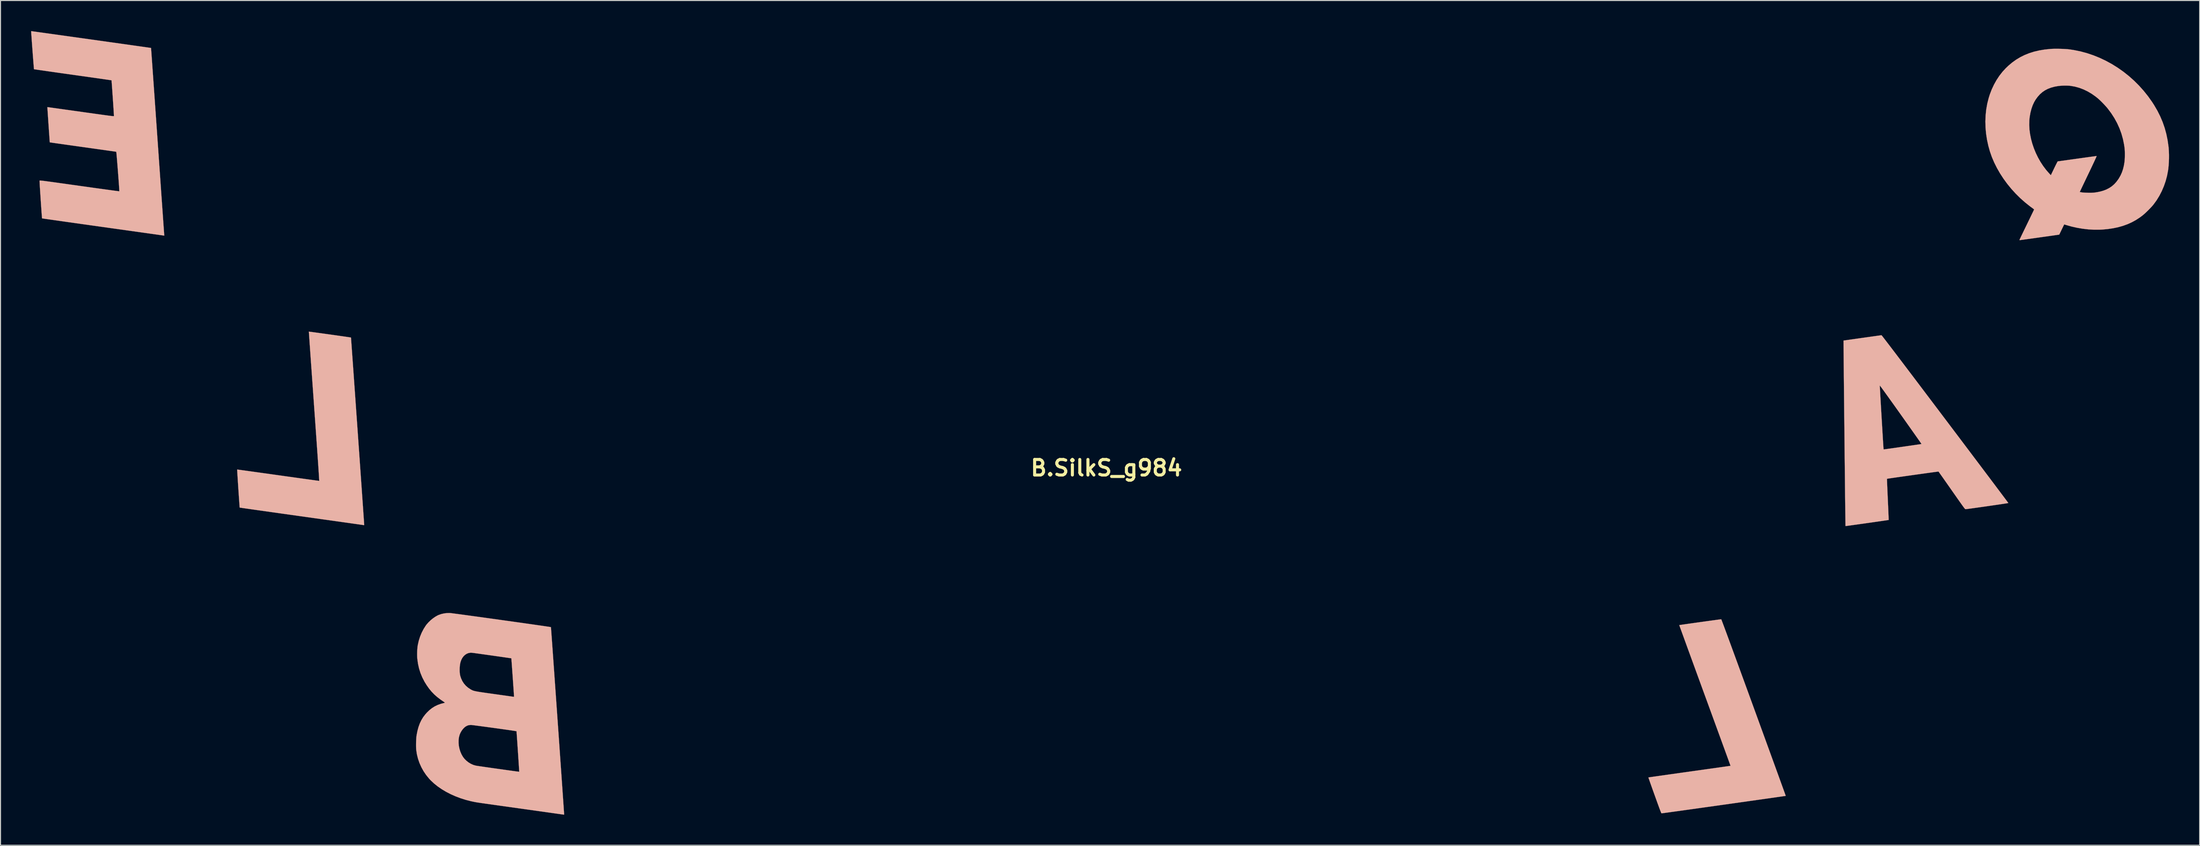
<source format=kicad_pcb>
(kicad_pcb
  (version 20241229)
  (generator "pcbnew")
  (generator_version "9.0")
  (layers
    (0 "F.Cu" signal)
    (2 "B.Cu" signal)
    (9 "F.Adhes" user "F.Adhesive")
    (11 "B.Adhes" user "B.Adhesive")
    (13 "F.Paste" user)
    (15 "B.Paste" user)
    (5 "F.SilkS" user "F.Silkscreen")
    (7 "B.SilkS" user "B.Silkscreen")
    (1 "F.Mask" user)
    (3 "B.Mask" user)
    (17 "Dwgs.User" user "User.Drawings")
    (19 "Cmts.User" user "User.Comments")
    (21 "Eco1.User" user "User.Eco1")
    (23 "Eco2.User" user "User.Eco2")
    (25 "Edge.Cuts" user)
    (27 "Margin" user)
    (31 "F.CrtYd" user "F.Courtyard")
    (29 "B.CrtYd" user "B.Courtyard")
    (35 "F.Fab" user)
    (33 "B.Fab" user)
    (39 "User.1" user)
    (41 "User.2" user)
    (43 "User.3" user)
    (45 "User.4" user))
  (footprint "B.SilkS_g984"
    (layer "F.Cu")
    (at 105.429 42.86)
    (property "Reference" "B.SilkS_g984" (at 0 0 0) (layer "F.SilkS") (effects (font (size 1.524 1.524) (thickness 0.3))))
    (attr through_hole)
    (fp_poly (pts (xy 60.253 14.844) (xy 60.191 14.852) (xy 60.094 14.864) (xy 59.965 14.881) (xy 59.809 14.902) (xy 59.628 14.927) (xy 59.426 14.954) (xy 59.207 14.984) (xy 58.974 15.016) (xy 58.73 15.05) (xy 58.48 15.085) (xy 58.225 15.12) (xy 57.971 15.156) (xy 57.72 15.191) (xy 57.476 15.225) (xy 57.243 15.258) (xy 57.023 15.289) (xy 56.821 15.318) (xy 56.639 15.344) (xy 56.481 15.367) (xy 56.352 15.386) (xy 56.253 15.401) (xy 56.189 15.411) (xy 56.163 15.416) (xy 56.163 15.416) (xy 56.17 15.436) (xy 56.19 15.494) (xy 56.224 15.59) (xy 56.272 15.721) (xy 56.331 15.885) (xy 56.403 16.083) (xy 56.486 16.312) (xy 56.58 16.57) (xy 56.684 16.857) (xy 56.798 17.17) (xy 56.921 17.509) (xy 57.053 17.872) (xy 57.194 18.258) (xy 57.342 18.665) (xy 57.498 19.092) (xy 57.66 19.536) (xy 57.828 19.998) (xy 58.002 20.475) (xy 58.182 20.966) (xy 58.365 21.47) (xy 58.553 21.985) (xy 58.675 22.319) (xy 58.866 22.84) (xy 59.052 23.351) (xy 59.235 23.85) (xy 59.412 24.337) (xy 59.584 24.808) (xy 59.75 25.264) (xy 59.91 25.702) (xy 60.063 26.122) (xy 60.209 26.521) (xy 60.346 26.898) (xy 60.475 27.253) (xy 60.596 27.583) (xy 60.706 27.887) (xy 60.807 28.163) (xy 60.897 28.411) (xy 60.976 28.628) (xy 61.043 28.814) (xy 61.098 28.967) (xy 61.141 29.085) (xy 61.17 29.167) (xy 61.186 29.211) (xy 61.188 29.22) (xy 61.167 29.223) (xy 61.106 29.232) (xy 61.007 29.246) (xy 60.872 29.265) (xy 60.704 29.289) (xy 60.503 29.318) (xy 60.273 29.35) (xy 60.015 29.387) (xy 59.732 29.427) (xy 59.424 29.47) (xy 59.096 29.516) (xy 58.747 29.565) (xy 58.381 29.617) (xy 58 29.671) (xy 57.605 29.726) (xy 57.198 29.783) (xy 57.163 29.788) (xy 56.755 29.845) (xy 56.359 29.901) (xy 55.977 29.955) (xy 55.609 30.007) (xy 55.259 30.056) (xy 54.928 30.103) (xy 54.619 30.147) (xy 54.333 30.187) (xy 54.073 30.224) (xy 53.84 30.257) (xy 53.637 30.286) (xy 53.465 30.311) (xy 53.327 30.331) (xy 53.225 30.346) (xy 53.16 30.356) (xy 53.136 30.36) (xy 53.135 30.36) (xy 53.141 30.381) (xy 53.16 30.438) (xy 53.192 30.53) (xy 53.235 30.653) (xy 53.288 30.805) (xy 53.35 30.981) (xy 53.421 31.181) (xy 53.499 31.4) (xy 53.583 31.637) (xy 53.673 31.887) (xy 53.758 32.123) (xy 53.869 32.432) (xy 53.967 32.704) (xy 54.052 32.94) (xy 54.127 33.144) (xy 54.19 33.317) (xy 54.244 33.462) (xy 54.289 33.58) (xy 54.326 33.676) (xy 54.356 33.75) (xy 54.38 33.804) (xy 54.399 33.843) (xy 54.413 33.867) (xy 54.424 33.879) (xy 54.43 33.881) (xy 54.454 33.878) (xy 54.519 33.87) (xy 54.622 33.856) (xy 54.762 33.837) (xy 54.937 33.813) (xy 55.146 33.785) (xy 55.387 33.751) (xy 55.658 33.714) (xy 55.957 33.672) (xy 56.284 33.627) (xy 56.636 33.578) (xy 57.011 33.525) (xy 57.408 33.47) (xy 57.826 33.411) (xy 58.262 33.35) (xy 58.715 33.286) (xy 59.184 33.221) (xy 59.666 33.153) (xy 60.159 33.083) (xy 60.533 33.031) (xy 61.035 32.96) (xy 61.525 32.891) (xy 62.003 32.823) (xy 62.467 32.758) (xy 62.914 32.694) (xy 63.345 32.634) (xy 63.756 32.575) (xy 64.146 32.52) (xy 64.513 32.468) (xy 64.857 32.419) (xy 65.175 32.374) (xy 65.465 32.333) (xy 65.726 32.295) (xy 65.957 32.262) (xy 66.155 32.234) (xy 66.319 32.21) (xy 66.447 32.192) (xy 66.538 32.178) (xy 66.59 32.17) (xy 66.602 32.168) (xy 66.596 32.148) (xy 66.575 32.089) (xy 66.541 31.993) (xy 66.494 31.861) (xy 66.434 31.695) (xy 66.362 31.495) (xy 66.278 31.263) (xy 66.183 31) (xy 66.077 30.708) (xy 65.961 30.387) (xy 65.835 30.039) (xy 65.699 29.666) (xy 65.555 29.268) (xy 65.402 28.847) (xy 65.241 28.404) (xy 65.073 27.941) (xy 64.897 27.458) (xy 64.715 26.957) (xy 64.527 26.439) (xy 64.333 25.906) (xy 64.134 25.359) (xy 63.93 24.798) (xy 63.722 24.226) (xy 63.51 23.644) (xy 63.459 23.504) (xy 63.185 22.751) (xy 62.922 22.029) (xy 62.67 21.339) (xy 62.43 20.681) (xy 62.202 20.057) (xy 61.986 19.465) (xy 61.782 18.908) (xy 61.591 18.384) (xy 61.411 17.895) (xy 61.245 17.44) (xy 61.091 17.021) (xy 60.95 16.637) (xy 60.822 16.289) (xy 60.707 15.978) (xy 60.605 15.703) (xy 60.517 15.466) (xy 60.442 15.266) (xy 60.381 15.104) (xy 60.334 14.981) (xy 60.301 14.896) (xy 60.282 14.851) (xy 60.277 14.842) (xy 60.253 14.844)) (stroke (width 0.01) (type solid)) (fill yes) (layer "B.SilkS"))
    (fp_poly (pts (xy -78.197 -13.376) (xy -78.196 -13.354) (xy -78.192 -13.292) (xy -78.185 -13.19) (xy -78.176 -13.051) (xy -78.164 -12.876) (xy -78.149 -12.666) (xy -78.133 -12.423) (xy -78.114 -12.149) (xy -78.092 -11.844) (xy -78.069 -11.511) (xy -78.044 -11.151) (xy -78.017 -10.765) (xy -77.988 -10.356) (xy -77.957 -9.924) (xy -77.925 -9.471) (xy -77.892 -8.998) (xy -77.857 -8.508) (xy -77.821 -8.002) (xy -77.784 -7.48) (xy -77.746 -6.945) (xy -77.707 -6.399) (xy -77.683 -6.054) (xy -77.63 -5.308) (xy -77.58 -4.604) (xy -77.533 -3.942) (xy -77.489 -3.321) (xy -77.448 -2.741) (xy -77.411 -2.202) (xy -77.376 -1.703) (xy -77.344 -1.244) (xy -77.315 -0.825) (xy -77.289 -0.444) (xy -77.266 -0.103) (xy -77.246 0.199) (xy -77.229 0.463) (xy -77.214 0.689) (xy -77.203 0.877) (xy -77.194 1.028) (xy -77.188 1.141) (xy -77.184 1.218) (xy -77.184 1.259) (xy -77.185 1.265) (xy -77.208 1.263) (xy -77.27 1.255) (xy -77.371 1.242) (xy -77.508 1.224) (xy -77.678 1.2) (xy -77.88 1.173) (xy -78.111 1.141) (xy -78.37 1.105) (xy -78.655 1.066) (xy -78.963 1.023) (xy -79.293 0.977) (xy -79.642 0.928) (xy -80.008 0.877) (xy -80.39 0.824) (xy -80.785 0.768) (xy -81.192 0.711) (xy -81.214 0.708) (xy -81.621 0.651) (xy -82.016 0.595) (xy -82.398 0.542) (xy -82.765 0.491) (xy -83.114 0.442) (xy -83.444 0.396) (xy -83.752 0.353) (xy -84.037 0.313) (xy -84.297 0.277) (xy -84.529 0.245) (xy -84.731 0.218) (xy -84.901 0.194) (xy -85.038 0.176) (xy -85.14 0.162) (xy -85.203 0.154) (xy -85.227 0.152) (xy -85.227 0.152) (xy -85.227 0.173) (xy -85.224 0.234) (xy -85.219 0.329) (xy -85.212 0.456) (xy -85.202 0.61) (xy -85.191 0.787) (xy -85.179 0.985) (xy -85.165 1.2) (xy -85.15 1.427) (xy -85.135 1.663) (xy -85.119 1.905) (xy -85.103 2.148) (xy -85.087 2.389) (xy -85.071 2.625) (xy -85.055 2.851) (xy -85.041 3.065) (xy -85.027 3.262) (xy -85.015 3.438) (xy -85.004 3.59) (xy -84.994 3.715) (xy -84.987 3.808) (xy -84.982 3.866) (xy -84.98 3.885) (xy -84.958 3.889) (xy -84.896 3.898) (xy -84.796 3.913) (xy -84.659 3.933) (xy -84.486 3.958) (xy -84.28 3.987) (xy -84.042 4.021) (xy -83.773 4.06) (xy -83.476 4.102) (xy -83.152 4.148) (xy -82.802 4.197) (xy -82.429 4.25) (xy -82.034 4.306) (xy -81.618 4.365) (xy -81.184 4.426) (xy -80.732 4.49) (xy -80.266 4.555) (xy -79.785 4.623) (xy -79.293 4.692) (xy -78.939 4.742) (xy -78.438 4.812) (xy -77.948 4.881) (xy -77.47 4.948) (xy -77.006 5.014) (xy -76.557 5.077) (xy -76.126 5.137) (xy -75.714 5.195) (xy -75.322 5.251) (xy -74.952 5.303) (xy -74.607 5.351) (xy -74.287 5.396) (xy -73.994 5.438) (xy -73.731 5.475) (xy -73.498 5.508) (xy -73.298 5.536) (xy -73.131 5.56) (xy -73.001 5.578) (xy -72.908 5.592) (xy -72.853 5.599) (xy -72.84 5.601) (xy -72.792 5.606) (xy -72.774 5.593) (xy -72.772 5.574) (xy -72.773 5.546) (xy -72.778 5.477) (xy -72.785 5.369) (xy -72.795 5.224) (xy -72.807 5.044) (xy -72.822 4.83) (xy -72.839 4.585) (xy -72.858 4.309) (xy -72.879 4.004) (xy -72.902 3.672) (xy -72.927 3.315) (xy -72.954 2.934) (xy -72.982 2.531) (xy -73.011 2.108) (xy -73.042 1.666) (xy -73.075 1.207) (xy -73.108 0.732) (xy -73.142 0.243) (xy -73.177 -0.257) (xy -73.213 -0.769) (xy -73.25 -1.289) (xy -73.287 -1.816) (xy -73.325 -2.349) (xy -73.362 -2.885) (xy -73.4 -3.424) (xy -73.438 -3.963) (xy -73.476 -4.502) (xy -73.514 -5.037) (xy -73.552 -5.569) (xy -73.589 -6.094) (xy -73.625 -6.611) (xy -73.661 -7.119) (xy -73.696 -7.616) (xy -73.731 -8.101) (xy -73.764 -8.571) (xy -73.796 -9.025) (xy -73.827 -9.462) (xy -73.857 -9.879) (xy -73.885 -10.275) (xy -73.912 -10.649) (xy -73.937 -10.999) (xy -73.96 -11.322) (xy -73.981 -11.618) (xy -74 -11.885) (xy -74.017 -12.121) (xy -74.032 -12.324) (xy -74.044 -12.494) (xy -74.054 -12.627) (xy -74.061 -12.723) (xy -74.065 -12.78) (xy -74.067 -12.797) (xy -74.089 -12.801) (xy -74.15 -12.811) (xy -74.245 -12.825) (xy -74.372 -12.844) (xy -74.527 -12.867) (xy -74.706 -12.893) (xy -74.907 -12.922) (xy -75.125 -12.953) (xy -75.358 -12.986) (xy -75.601 -13.021) (xy -75.851 -13.056) (xy -76.106 -13.092) (xy -76.36 -13.127) (xy -76.612 -13.162) (xy -76.857 -13.196) (xy -77.092 -13.229) (xy -77.313 -13.259) (xy -77.518 -13.287) (xy -77.702 -13.312) (xy -77.862 -13.334) (xy -77.995 -13.352) (xy -78.097 -13.365) (xy -78.165 -13.373) (xy -78.195 -13.376) (xy -78.197 -13.376)) (stroke (width 0.01) (type solid)) (fill yes) (layer "B.SilkS"))
    (fp_poly (pts (xy 92.878 -41.123) (xy 92.675 -41.116) (xy 92.526 -41.107) (xy 91.97 -41.047) (xy 91.443 -40.959) (xy 90.944 -40.841) (xy 90.471 -40.692) (xy 90.022 -40.511) (xy 89.595 -40.299) (xy 89.188 -40.053) (xy 88.799 -39.774) (xy 88.426 -39.459) (xy 88.169 -39.213) (xy 87.843 -38.856) (xy 87.54 -38.466) (xy 87.264 -38.047) (xy 87.016 -37.601) (xy 86.797 -37.132) (xy 86.609 -36.643) (xy 86.499 -36.292) (xy 86.36 -35.74) (xy 86.26 -35.173) (xy 86.199 -34.594) (xy 86.175 -34.005) (xy 86.19 -33.41) (xy 86.243 -32.811) (xy 86.334 -32.211) (xy 86.463 -31.614) (xy 86.617 -31.062) (xy 86.807 -30.516) (xy 87.038 -29.972) (xy 87.307 -29.433) (xy 87.611 -28.902) (xy 87.949 -28.382) (xy 88.318 -27.877) (xy 88.717 -27.388) (xy 89.143 -26.919) (xy 89.594 -26.472) (xy 90.068 -26.052) (xy 90.562 -25.659) (xy 90.726 -25.54) (xy 90.81 -25.478) (xy 90.88 -25.425) (xy 90.929 -25.385) (xy 90.952 -25.363) (xy 90.953 -25.362) (xy 90.944 -25.341) (xy 90.918 -25.285) (xy 90.876 -25.196) (xy 90.82 -25.079) (xy 90.75 -24.935) (xy 90.67 -24.768) (xy 90.579 -24.58) (xy 90.48 -24.375) (xy 90.373 -24.155) (xy 90.261 -23.923) (xy 90.233 -23.866) (xy 90.12 -23.632) (xy 90.011 -23.409) (xy 89.91 -23.2) (xy 89.817 -23.007) (xy 89.734 -22.835) (xy 89.662 -22.685) (xy 89.603 -22.56) (xy 89.558 -22.465) (xy 89.528 -22.4) (xy 89.514 -22.371) (xy 89.514 -22.369) (xy 89.532 -22.357) (xy 89.572 -22.354) (xy 89.601 -22.358) (xy 89.669 -22.366) (xy 89.773 -22.38) (xy 89.909 -22.399) (xy 90.076 -22.422) (xy 90.268 -22.448) (xy 90.484 -22.478) (xy 90.721 -22.511) (xy 90.975 -22.547) (xy 91.243 -22.585) (xy 91.522 -22.624) (xy 91.523 -22.624) (xy 93.417 -22.892) (xy 93.657 -23.389) (xy 93.722 -23.522) (xy 93.78 -23.643) (xy 93.83 -23.745) (xy 93.869 -23.823) (xy 93.894 -23.874) (xy 93.903 -23.89) (xy 93.924 -23.887) (xy 93.975 -23.873) (xy 94.048 -23.851) (xy 94.076 -23.842) (xy 94.606 -23.69) (xy 95.151 -23.567) (xy 95.704 -23.472) (xy 96.257 -23.408) (xy 96.803 -23.375) (xy 97.334 -23.374) (xy 97.61 -23.387) (xy 98.171 -23.438) (xy 98.7 -23.516) (xy 99.201 -23.622) (xy 99.675 -23.757) (xy 100.124 -23.92) (xy 100.551 -24.114) (xy 100.957 -24.339) (xy 101.346 -24.595) (xy 101.6 -24.787) (xy 101.725 -24.892) (xy 101.868 -25.02) (xy 102.021 -25.166) (xy 102.178 -25.32) (xy 102.33 -25.476) (xy 102.47 -25.625) (xy 102.59 -25.761) (xy 102.659 -25.845) (xy 102.96 -26.257) (xy 103.23 -26.697) (xy 103.47 -27.162) (xy 103.677 -27.646) (xy 103.85 -28.146) (xy 103.987 -28.658) (xy 104.086 -29.178) (xy 104.107 -29.326) (xy 104.141 -29.652) (xy 104.165 -30.002) (xy 104.177 -30.365) (xy 104.178 -30.728) (xy 104.173 -30.866) (xy 99.85 -30.866) (xy 99.85 -30.662) (xy 99.846 -30.459) (xy 99.837 -30.27) (xy 99.825 -30.105) (xy 99.814 -30.014) (xy 99.752 -29.644) (xy 99.668 -29.306) (xy 99.561 -28.992) (xy 99.429 -28.699) (xy 99.269 -28.418) (xy 99.212 -28.331) (xy 99.015 -28.064) (xy 98.805 -27.834) (xy 98.578 -27.637) (xy 98.327 -27.469) (xy 98.048 -27.324) (xy 97.998 -27.302) (xy 97.743 -27.206) (xy 97.457 -27.124) (xy 97.15 -27.059) (xy 96.834 -27.013) (xy 96.795 -27.009) (xy 96.684 -27.001) (xy 96.544 -26.997) (xy 96.383 -26.997) (xy 96.214 -26.999) (xy 96.044 -27.004) (xy 95.885 -27.012) (xy 95.747 -27.023) (xy 95.639 -27.035) (xy 95.623 -27.038) (xy 95.54 -27.053) (xy 95.474 -27.065) (xy 95.436 -27.074) (xy 95.431 -27.076) (xy 95.439 -27.096) (xy 95.464 -27.151) (xy 95.505 -27.239) (xy 95.561 -27.357) (xy 95.629 -27.502) (xy 95.71 -27.673) (xy 95.802 -27.865) (xy 95.903 -28.077) (xy 96.012 -28.305) (xy 96.128 -28.548) (xy 96.25 -28.802) (xy 96.268 -28.84) (xy 96.405 -29.126) (xy 96.532 -29.392) (xy 96.648 -29.638) (xy 96.753 -29.86) (xy 96.845 -30.057) (xy 96.923 -30.227) (xy 96.987 -30.367) (xy 97.036 -30.477) (xy 97.069 -30.553) (xy 97.084 -30.595) (xy 97.085 -30.602) (xy 97.061 -30.6) (xy 96.998 -30.593) (xy 96.899 -30.58) (xy 96.767 -30.563) (xy 96.605 -30.541) (xy 96.416 -30.515) (xy 96.204 -30.486) (xy 95.97 -30.454) (xy 95.719 -30.419) (xy 95.453 -30.382) (xy 95.175 -30.343) (xy 95.174 -30.343) (xy 94.896 -30.304) (xy 94.63 -30.267) (xy 94.379 -30.232) (xy 94.146 -30.199) (xy 93.934 -30.169) (xy 93.746 -30.143) (xy 93.584 -30.121) (xy 93.453 -30.103) (xy 93.354 -30.089) (xy 93.291 -30.081) (xy 93.267 -30.078) (xy 93.267 -30.078) (xy 93.254 -30.059) (xy 93.224 -30.007) (xy 93.181 -29.925) (xy 93.126 -29.818) (xy 93.061 -29.689) (xy 92.99 -29.544) (xy 92.92 -29.4) (xy 92.594 -28.722) (xy 92.448 -28.876) (xy 92.135 -29.235) (xy 91.844 -29.621) (xy 91.577 -30.028) (xy 91.336 -30.455) (xy 91.122 -30.896) (xy 90.936 -31.348) (xy 90.779 -31.808) (xy 90.653 -32.272) (xy 90.56 -32.736) (xy 90.499 -33.195) (xy 90.474 -33.648) (xy 90.484 -34.089) (xy 90.519 -34.432) (xy 90.592 -34.848) (xy 90.69 -35.231) (xy 90.812 -35.58) (xy 90.96 -35.899) (xy 91.108 -36.148) (xy 91.31 -36.424) (xy 91.528 -36.665) (xy 91.765 -36.874) (xy 92.024 -37.05) (xy 92.307 -37.197) (xy 92.618 -37.315) (xy 92.958 -37.407) (xy 93.331 -37.473) (xy 93.356 -37.476) (xy 93.51 -37.492) (xy 93.691 -37.503) (xy 93.886 -37.51) (xy 94.084 -37.511) (xy 94.271 -37.506) (xy 94.437 -37.497) (xy 94.53 -37.487) (xy 94.957 -37.412) (xy 95.38 -37.295) (xy 95.797 -37.138) (xy 96.205 -36.941) (xy 96.603 -36.706) (xy 96.989 -36.433) (xy 97.201 -36.262) (xy 97.318 -36.158) (xy 97.454 -36.03) (xy 97.601 -35.885) (xy 97.75 -35.732) (xy 97.895 -35.578) (xy 98.027 -35.432) (xy 98.138 -35.302) (xy 98.162 -35.273) (xy 98.513 -34.805) (xy 98.823 -34.324) (xy 99.093 -33.829) (xy 99.324 -33.321) (xy 99.515 -32.799) (xy 99.666 -32.262) (xy 99.777 -31.711) (xy 99.825 -31.38) (xy 99.837 -31.236) (xy 99.846 -31.061) (xy 99.85 -30.866) (xy 104.173 -30.866) (xy 104.166 -31.08) (xy 104.144 -31.409) (xy 104.13 -31.538) (xy 104.04 -32.165) (xy 103.915 -32.772) (xy 103.754 -33.36) (xy 103.555 -33.933) (xy 103.318 -34.494) (xy 103.041 -35.046) (xy 102.723 -35.592) (xy 102.526 -35.899) (xy 102.125 -36.464) (xy 101.694 -37.003) (xy 101.236 -37.514) (xy 100.751 -37.997) (xy 100.242 -38.45) (xy 99.71 -38.872) (xy 99.157 -39.262) (xy 98.586 -39.619) (xy 97.997 -39.941) (xy 97.393 -40.228) (xy 96.776 -40.479) (xy 96.147 -40.691) (xy 95.508 -40.865) (xy 94.86 -40.998) (xy 94.421 -41.065) (xy 94.253 -41.083) (xy 94.052 -41.098) (xy 93.827 -41.11) (xy 93.588 -41.119) (xy 93.344 -41.124) (xy 93.104 -41.125) (xy 92.878 -41.123)) (stroke (width 0.01) (type solid)) (fill yes) (layer "B.SilkS"))
    (fp_poly (pts (xy 75.931 -13.016) (xy 75.837 -13.003) (xy 75.712 -12.986) (xy 75.559 -12.965) (xy 75.383 -12.94) (xy 75.186 -12.913) (xy 74.973 -12.883) (xy 74.747 -12.851) (xy 74.512 -12.818) (xy 74.271 -12.784) (xy 74.029 -12.75) (xy 73.788 -12.716) (xy 73.552 -12.682) (xy 73.325 -12.65) (xy 73.111 -12.62) (xy 72.913 -12.592) (xy 72.734 -12.566) (xy 72.579 -12.544) (xy 72.451 -12.526) (xy 72.354 -12.512) (xy 72.291 -12.502) (xy 72.267 -12.498) (xy 72.266 -12.498) (xy 72.266 -12.477) (xy 72.266 -12.415) (xy 72.267 -12.314) (xy 72.268 -12.176) (xy 72.269 -12.002) (xy 72.271 -11.795) (xy 72.273 -11.555) (xy 72.276 -11.286) (xy 72.279 -10.987) (xy 72.282 -10.662) (xy 72.285 -10.311) (xy 72.289 -9.936) (xy 72.293 -9.54) (xy 72.297 -9.124) (xy 72.301 -8.689) (xy 72.306 -8.237) (xy 72.311 -7.771) (xy 72.315 -7.291) (xy 72.32 -6.799) (xy 72.326 -6.298) (xy 72.331 -5.788) (xy 72.336 -5.271) (xy 72.342 -4.75) (xy 72.347 -4.226) (xy 72.353 -3.701) (xy 72.358 -3.175) (xy 72.364 -2.652) (xy 72.369 -2.133) (xy 72.375 -1.619) (xy 72.38 -1.112) (xy 72.385 -0.613) (xy 72.391 -0.126) (xy 72.396 0.349) (xy 72.401 0.811) (xy 72.406 1.257) (xy 72.41 1.685) (xy 72.415 2.094) (xy 72.419 2.483) (xy 72.423 2.849) (xy 72.427 3.191) (xy 72.431 3.507) (xy 72.434 3.795) (xy 72.437 4.054) (xy 72.44 4.282) (xy 72.443 4.477) (xy 72.445 4.638) (xy 72.446 4.715) (xy 72.46 5.694) (xy 72.526 5.691) (xy 72.555 5.688) (xy 72.624 5.679) (xy 72.729 5.665) (xy 72.867 5.647) (xy 73.035 5.623) (xy 73.23 5.596) (xy 73.449 5.566) (xy 73.69 5.532) (xy 73.948 5.496) (xy 74.222 5.458) (xy 74.508 5.417) (xy 74.639 5.399) (xy 74.928 5.358) (xy 75.205 5.318) (xy 75.468 5.28) (xy 75.712 5.245) (xy 75.937 5.213) (xy 76.137 5.184) (xy 76.312 5.158) (xy 76.457 5.137) (xy 76.57 5.12) (xy 76.648 5.108) (xy 76.689 5.101) (xy 76.694 5.099) (xy 76.695 5.077) (xy 76.693 5.016) (xy 76.689 4.918) (xy 76.684 4.787) (xy 76.678 4.625) (xy 76.67 4.436) (xy 76.661 4.221) (xy 76.651 3.985) (xy 76.639 3.73) (xy 76.627 3.459) (xy 76.614 3.175) (xy 76.61 3.081) (xy 76.597 2.794) (xy 76.585 2.518) (xy 76.573 2.257) (xy 76.563 2.014) (xy 76.553 1.793) (xy 76.545 1.595) (xy 76.539 1.423) (xy 76.534 1.282) (xy 76.53 1.173) (xy 76.528 1.099) (xy 76.528 1.064) (xy 76.529 1.061) (xy 76.551 1.057) (xy 76.612 1.047) (xy 76.708 1.032) (xy 76.837 1.013) (xy 76.996 0.99) (xy 77.181 0.963) (xy 77.388 0.933) (xy 77.616 0.9) (xy 77.861 0.866) (xy 78.12 0.829) (xy 78.389 0.791) (xy 78.665 0.752) (xy 78.946 0.712) (xy 79.228 0.673) (xy 79.508 0.633) (xy 79.783 0.595) (xy 80.05 0.558) (xy 80.306 0.522) (xy 80.547 0.489) (xy 80.77 0.458) (xy 80.973 0.43) (xy 81.152 0.406) (xy 81.304 0.386) (xy 81.426 0.37) (xy 81.514 0.359) (xy 81.566 0.353) (xy 81.58 0.352) (xy 81.593 0.37) (xy 81.63 0.42) (xy 81.687 0.501) (xy 81.764 0.61) (xy 81.859 0.744) (xy 81.97 0.901) (xy 82.096 1.08) (xy 82.234 1.278) (xy 82.385 1.492) (xy 82.545 1.72) (xy 82.713 1.96) (xy 82.881 2.201) (xy 83.086 2.494) (xy 83.269 2.754) (xy 83.429 2.984) (xy 83.57 3.184) (xy 83.693 3.358) (xy 83.798 3.506) (xy 83.888 3.632) (xy 83.963 3.736) (xy 84.025 3.821) (xy 84.076 3.889) (xy 84.117 3.941) (xy 84.15 3.98) (xy 84.175 4.007) (xy 84.195 4.025) (xy 84.21 4.036) (xy 84.222 4.04) (xy 84.233 4.041) (xy 84.27 4.038) (xy 84.344 4.03) (xy 84.451 4.016) (xy 84.589 3.998) (xy 84.754 3.976) (xy 84.942 3.95) (xy 85.151 3.921) (xy 85.375 3.889) (xy 85.613 3.856) (xy 85.861 3.821) (xy 86.115 3.785) (xy 86.372 3.748) (xy 86.628 3.711) (xy 86.88 3.674) (xy 87.125 3.639) (xy 87.359 3.605) (xy 87.578 3.572) (xy 87.78 3.542) (xy 87.961 3.515) (xy 88.117 3.491) (xy 88.245 3.471) (xy 88.342 3.455) (xy 88.403 3.445) (xy 88.427 3.439) (xy 88.427 3.439) (xy 88.415 3.421) (xy 88.378 3.37) (xy 88.317 3.287) (xy 88.233 3.174) (xy 88.126 3.031) (xy 87.998 2.86) (xy 87.849 2.661) (xy 87.68 2.435) (xy 87.491 2.184) (xy 87.284 1.908) (xy 87.06 1.608) (xy 86.818 1.287) (xy 86.56 0.943) (xy 86.286 0.58) (xy 85.998 0.197) (xy 85.696 -0.205) (xy 85.381 -0.623) (xy 85.053 -1.058) (xy 84.714 -1.509) (xy 84.364 -1.973) (xy 84.079 -2.352) (xy 79.913 -2.352) (xy 79.913 -2.352) (xy 79.892 -2.348) (xy 79.832 -2.338) (xy 79.738 -2.324) (xy 79.613 -2.305) (xy 79.46 -2.283) (xy 79.284 -2.257) (xy 79.088 -2.229) (xy 78.876 -2.198) (xy 78.651 -2.166) (xy 78.417 -2.132) (xy 78.178 -2.097) (xy 77.937 -2.063) (xy 77.698 -2.029) (xy 77.465 -1.995) (xy 77.241 -1.963) (xy 77.03 -1.934) (xy 76.836 -1.906) (xy 76.662 -1.882) (xy 76.511 -1.861) (xy 76.389 -1.844) (xy 76.298 -1.831) (xy 76.242 -1.824) (xy 76.227 -1.822) (xy 76.203 -1.839) (xy 76.191 -1.868) (xy 76.189 -1.896) (xy 76.184 -1.963) (xy 76.177 -2.066) (xy 76.168 -2.202) (xy 76.157 -2.37) (xy 76.145 -2.564) (xy 76.131 -2.784) (xy 76.117 -3.026) (xy 76.101 -3.286) (xy 76.084 -3.563) (xy 76.067 -3.854) (xy 76.049 -4.154) (xy 76.03 -4.463) (xy 76.012 -4.776) (xy 75.993 -5.091) (xy 75.974 -5.405) (xy 75.956 -5.715) (xy 75.938 -6.018) (xy 75.921 -6.312) (xy 75.905 -6.593) (xy 75.89 -6.859) (xy 75.875 -7.107) (xy 75.863 -7.334) (xy 75.851 -7.536) (xy 75.842 -7.712) (xy 75.834 -7.859) (xy 75.828 -7.973) (xy 75.824 -8.051) (xy 75.823 -8.091) (xy 75.823 -8.096) (xy 75.835 -8.082) (xy 75.871 -8.036) (xy 75.929 -7.959) (xy 76.008 -7.852) (xy 76.106 -7.718) (xy 76.222 -7.558) (xy 76.355 -7.374) (xy 76.503 -7.168) (xy 76.666 -6.942) (xy 76.841 -6.697) (xy 77.029 -6.435) (xy 77.227 -6.158) (xy 77.434 -5.867) (xy 77.649 -5.565) (xy 77.871 -5.253) (xy 77.877 -5.244) (xy 78.099 -4.932) (xy 78.314 -4.628) (xy 78.521 -4.336) (xy 78.718 -4.057) (xy 78.905 -3.792) (xy 79.08 -3.544) (xy 79.242 -3.315) (xy 79.39 -3.105) (xy 79.522 -2.917) (xy 79.637 -2.753) (xy 79.734 -2.615) (xy 79.811 -2.504) (xy 79.867 -2.421) (xy 79.902 -2.37) (xy 79.913 -2.352) (xy 84.079 -2.352) (xy 84.004 -2.451) (xy 83.635 -2.941) (xy 83.257 -3.442) (xy 82.872 -3.953) (xy 82.479 -4.474) (xy 82.229 -4.805) (xy 81.688 -5.522) (xy 81.172 -6.206) (xy 80.681 -6.856) (xy 80.215 -7.473) (xy 79.775 -8.056) (xy 79.359 -8.607) (xy 78.968 -9.124) (xy 78.601 -9.608) (xy 78.259 -10.06) (xy 77.942 -10.479) (xy 77.648 -10.865) (xy 77.38 -11.22) (xy 77.135 -11.542) (xy 76.914 -11.832) (xy 76.717 -12.09) (xy 76.544 -12.316) (xy 76.395 -12.511) (xy 76.269 -12.674) (xy 76.167 -12.806) (xy 76.088 -12.907) (xy 76.033 -12.976) (xy 76 -13.015) (xy 75.991 -13.024) (xy 75.931 -13.016)) (stroke (width 0.01) (type solid)) (fill yes) (layer "B.SilkS"))
    (fp_poly (pts (xy -105.424 -42.833) (xy -105.421 -42.773) (xy -105.415 -42.677) (xy -105.407 -42.551) (xy -105.396 -42.397) (xy -105.384 -42.219) (xy -105.37 -42.021) (xy -105.355 -41.807) (xy -105.338 -41.58) (xy -105.321 -41.343) (xy -105.303 -41.102) (xy -105.285 -40.858) (xy -105.267 -40.617) (xy -105.249 -40.381) (xy -105.231 -40.155) (xy -105.215 -39.941) (xy -105.2 -39.744) (xy -105.186 -39.568) (xy -105.173 -39.416) (xy -105.163 -39.291) (xy -105.155 -39.198) (xy -105.149 -39.139) (xy -105.146 -39.12) (xy -105.124 -39.116) (xy -105.062 -39.106) (xy -104.962 -39.091) (xy -104.827 -39.071) (xy -104.658 -39.046) (xy -104.458 -39.017) (xy -104.229 -38.984) (xy -103.972 -38.947) (xy -103.69 -38.906) (xy -103.385 -38.863) (xy -103.059 -38.816) (xy -102.714 -38.767) (xy -102.353 -38.716) (xy -101.976 -38.663) (xy -101.588 -38.608) (xy -101.344 -38.574) (xy -100.948 -38.518) (xy -100.564 -38.464) (xy -100.194 -38.412) (xy -99.839 -38.362) (xy -99.501 -38.314) (xy -99.183 -38.269) (xy -98.887 -38.227) (xy -98.615 -38.188) (xy -98.369 -38.153) (xy -98.151 -38.121) (xy -97.963 -38.094) (xy -97.807 -38.072) (xy -97.686 -38.054) (xy -97.601 -38.041) (xy -97.554 -38.034) (xy -97.546 -38.032) (xy -97.543 -38.01) (xy -97.537 -37.949) (xy -97.53 -37.854) (xy -97.52 -37.728) (xy -97.509 -37.575) (xy -97.496 -37.399) (xy -97.482 -37.203) (xy -97.467 -36.992) (xy -97.452 -36.769) (xy -97.436 -36.538) (xy -97.42 -36.303) (xy -97.404 -36.068) (xy -97.388 -35.836) (xy -97.373 -35.611) (xy -97.359 -35.397) (xy -97.346 -35.199) (xy -97.335 -35.019) (xy -97.325 -34.861) (xy -97.317 -34.73) (xy -97.312 -34.629) (xy -97.308 -34.562) (xy -97.308 -34.533) (xy -97.308 -34.532) (xy -97.31 -34.527) (xy -97.314 -34.522) (xy -97.324 -34.519) (xy -97.341 -34.517) (xy -97.366 -34.516) (xy -97.402 -34.518) (xy -97.451 -34.522) (xy -97.515 -34.528) (xy -97.595 -34.537) (xy -97.694 -34.549) (xy -97.814 -34.564) (xy -97.956 -34.583) (xy -98.122 -34.605) (xy -98.314 -34.632) (xy -98.535 -34.662) (xy -98.786 -34.697) (xy -99.07 -34.736) (xy -99.387 -34.781) (xy -99.741 -34.83) (xy -100.132 -34.885) (xy -100.563 -34.946) (xy -100.573 -34.948) (xy -100.94 -34.999) (xy -101.294 -35.049) (xy -101.635 -35.097) (xy -101.96 -35.142) (xy -102.266 -35.185) (xy -102.552 -35.225) (xy -102.816 -35.262) (xy -103.054 -35.296) (xy -103.265 -35.325) (xy -103.446 -35.35) (xy -103.595 -35.371) (xy -103.711 -35.387) (xy -103.79 -35.398) (xy -103.83 -35.403) (xy -103.835 -35.404) (xy -103.834 -35.383) (xy -103.831 -35.323) (xy -103.825 -35.229) (xy -103.817 -35.104) (xy -103.807 -34.953) (xy -103.795 -34.778) (xy -103.782 -34.583) (xy -103.768 -34.374) (xy -103.753 -34.152) (xy -103.738 -33.923) (xy -103.722 -33.689) (xy -103.706 -33.456) (xy -103.69 -33.226) (xy -103.675 -33.003) (xy -103.66 -32.791) (xy -103.646 -32.595) (xy -103.634 -32.417) (xy -103.623 -32.262) (xy -103.614 -32.134) (xy -103.607 -32.036) (xy -103.602 -31.972) (xy -103.6 -31.946) (xy -103.6 -31.945) (xy -103.579 -31.942) (xy -103.518 -31.933) (xy -103.42 -31.918) (xy -103.287 -31.899) (xy -103.12 -31.875) (xy -102.924 -31.847) (xy -102.698 -31.815) (xy -102.447 -31.78) (xy -102.172 -31.741) (xy -101.875 -31.699) (xy -101.559 -31.654) (xy -101.226 -31.607) (xy -100.878 -31.558) (xy -100.517 -31.508) (xy -100.349 -31.484) (xy -99.983 -31.433) (xy -99.628 -31.383) (xy -99.288 -31.335) (xy -98.963 -31.289) (xy -98.656 -31.246) (xy -98.369 -31.206) (xy -98.106 -31.168) (xy -97.867 -31.134) (xy -97.655 -31.104) (xy -97.473 -31.079) (xy -97.323 -31.057) (xy -97.207 -31.04) (xy -97.127 -31.029) (xy -97.086 -31.023) (xy -97.081 -31.022) (xy -97.077 -31) (xy -97.069 -30.94) (xy -97.06 -30.845) (xy -97.048 -30.718) (xy -97.034 -30.564) (xy -97.019 -30.386) (xy -97.002 -30.187) (xy -96.985 -29.97) (xy -96.966 -29.741) (xy -96.947 -29.502) (xy -96.928 -29.257) (xy -96.909 -29.009) (xy -96.89 -28.762) (xy -96.871 -28.52) (xy -96.854 -28.286) (xy -96.838 -28.064) (xy -96.823 -27.858) (xy -96.81 -27.67) (xy -96.799 -27.506) (xy -96.79 -27.368) (xy -96.784 -27.259) (xy -96.78 -27.185) (xy -96.78 -27.147) (xy -96.781 -27.143) (xy -96.803 -27.145) (xy -96.864 -27.152) (xy -96.964 -27.165) (xy -97.099 -27.183) (xy -97.268 -27.205) (xy -97.468 -27.232) (xy -97.698 -27.264) (xy -97.956 -27.299) (xy -98.238 -27.338) (xy -98.545 -27.38) (xy -98.872 -27.425) (xy -99.219 -27.473) (xy -99.582 -27.524) (xy -99.961 -27.577) (xy -100.353 -27.632) (xy -100.694 -27.68) (xy -101.168 -27.746) (xy -101.603 -27.807) (xy -101.999 -27.863) (xy -102.359 -27.913) (xy -102.683 -27.959) (xy -102.975 -28) (xy -103.235 -28.036) (xy -103.466 -28.068) (xy -103.67 -28.095) (xy -103.847 -28.119) (xy -104 -28.14) (xy -104.131 -28.157) (xy -104.241 -28.17) (xy -104.332 -28.181) (xy -104.407 -28.189) (xy -104.466 -28.195) (xy -104.511 -28.198) (xy -104.545 -28.2) (xy -104.569 -28.2) (xy -104.585 -28.198) (xy -104.594 -28.194) (xy -104.599 -28.19) (xy -104.601 -28.185) (xy -104.602 -28.181) (xy -104.601 -28.152) (xy -104.599 -28.084) (xy -104.593 -27.982) (xy -104.586 -27.85) (xy -104.577 -27.691) (xy -104.565 -27.509) (xy -104.553 -27.308) (xy -104.539 -27.091) (xy -104.524 -26.862) (xy -104.509 -26.625) (xy -104.493 -26.384) (xy -104.477 -26.142) (xy -104.461 -25.903) (xy -104.445 -25.67) (xy -104.429 -25.448) (xy -104.415 -25.24) (xy -104.401 -25.05) (xy -104.389 -24.881) (xy -104.378 -24.738) (xy -104.369 -24.623) (xy -104.362 -24.541) (xy -104.357 -24.496) (xy -104.355 -24.488) (xy -104.333 -24.484) (xy -104.271 -24.474) (xy -104.171 -24.459) (xy -104.033 -24.439) (xy -103.86 -24.414) (xy -103.654 -24.384) (xy -103.415 -24.35) (xy -103.147 -24.312) (xy -102.85 -24.27) (xy -102.526 -24.224) (xy -102.177 -24.174) (xy -101.804 -24.121) (xy -101.41 -24.066) (xy -100.996 -24.007) (xy -100.563 -23.946) (xy -100.113 -23.883) (xy -99.648 -23.817) (xy -99.169 -23.75) (xy -98.679 -23.681) (xy -98.414 -23.644) (xy -97.918 -23.574) (xy -97.432 -23.506) (xy -96.959 -23.44) (xy -96.499 -23.375) (xy -96.056 -23.313) (xy -95.629 -23.253) (xy -95.222 -23.196) (xy -94.835 -23.142) (xy -94.471 -23.09) (xy -94.131 -23.043) (xy -93.817 -22.998) (xy -93.53 -22.958) (xy -93.273 -22.922) (xy -93.047 -22.89) (xy -92.853 -22.862) (xy -92.693 -22.84) (xy -92.569 -22.822) (xy -92.483 -22.81) (xy -92.437 -22.803) (xy -92.429 -22.802) (xy -92.37 -22.791) (xy -92.382 -22.926) (xy -92.384 -22.956) (xy -92.39 -23.027) (xy -92.398 -23.138) (xy -92.408 -23.286) (xy -92.421 -23.471) (xy -92.437 -23.692) (xy -92.455 -23.946) (xy -92.475 -24.233) (xy -92.498 -24.551) (xy -92.522 -24.898) (xy -92.548 -25.274) (xy -92.577 -25.677) (xy -92.607 -26.106) (xy -92.639 -26.558) (xy -92.672 -27.033) (xy -92.707 -27.53) (xy -92.743 -28.047) (xy -92.78 -28.582) (xy -92.819 -29.134) (xy -92.859 -29.702) (xy -92.9 -30.285) (xy -92.941 -30.881) (xy -92.984 -31.488) (xy -93.027 -32.105) (xy -93.029 -32.129) (xy -93.072 -32.746) (xy -93.114 -33.352) (xy -93.156 -33.946) (xy -93.197 -34.526) (xy -93.236 -35.091) (xy -93.275 -35.641) (xy -93.312 -36.172) (xy -93.348 -36.685) (xy -93.383 -37.178) (xy -93.416 -37.649) (xy -93.448 -38.097) (xy -93.477 -38.52) (xy -93.506 -38.918) (xy -93.532 -39.289) (xy -93.556 -39.631) (xy -93.578 -39.943) (xy -93.598 -40.224) (xy -93.616 -40.473) (xy -93.631 -40.688) (xy -93.644 -40.867) (xy -93.655 -41.01) (xy -93.662 -41.114) (xy -93.667 -41.18) (xy -93.669 -41.204) (xy -93.67 -41.204) (xy -93.691 -41.208) (xy -93.752 -41.217) (xy -93.851 -41.232) (xy -93.986 -41.251) (xy -94.154 -41.275) (xy -94.354 -41.304) (xy -94.584 -41.336) (xy -94.842 -41.373) (xy -95.125 -41.413) (xy -95.431 -41.456) (xy -95.759 -41.503) (xy -96.106 -41.552) (xy -96.471 -41.603) (xy -96.851 -41.657) (xy -97.244 -41.712) (xy -97.649 -41.769) (xy -98.062 -41.827) (xy -98.483 -41.887) (xy -98.909 -41.946) (xy -99.338 -42.007) (xy -99.768 -42.067) (xy -100.196 -42.127) (xy -100.622 -42.187) (xy -101.043 -42.246) (xy -101.456 -42.304) (xy -101.86 -42.361) (xy -102.253 -42.416) (xy -102.633 -42.469) (xy -102.997 -42.52) (xy -103.344 -42.568) (xy -103.671 -42.614) (xy -103.977 -42.656) (xy -104.259 -42.696) (xy -104.516 -42.731) (xy -104.745 -42.763) (xy -104.944 -42.791) (xy -105.112 -42.814) (xy -105.246 -42.832) (xy -105.344 -42.845) (xy -105.404 -42.853) (xy -105.424 -42.855) (xy -105.424 -42.833)) (stroke (width 0.01) (type solid)) (fill yes) (layer "B.SilkS"))
    (fp_poly (pts (xy -64.645 14.233) (xy -64.932 14.267) (xy -65.211 14.33) (xy -65.47 14.42) (xy -65.592 14.476) (xy -65.821 14.608) (xy -66.053 14.771) (xy -66.276 14.957) (xy -66.482 15.157) (xy -66.661 15.362) (xy -66.724 15.446) (xy -66.943 15.788) (xy -67.135 16.158) (xy -67.296 16.549) (xy -67.424 16.955) (xy -67.516 17.368) (xy -67.532 17.462) (xy -67.552 17.628) (xy -67.568 17.822) (xy -67.577 18.033) (xy -67.581 18.249) (xy -67.579 18.455) (xy -67.571 18.64) (xy -67.566 18.703) (xy -67.5 19.19) (xy -67.397 19.658) (xy -67.256 20.111) (xy -67.075 20.549) (xy -66.854 20.976) (xy -66.64 21.321) (xy -66.408 21.648) (xy -66.164 21.944) (xy -65.901 22.216) (xy -65.613 22.471) (xy -65.292 22.716) (xy -65.114 22.84) (xy -65.009 22.911) (xy -64.937 22.961) (xy -64.891 22.996) (xy -64.87 23.018) (xy -64.868 23.031) (xy -64.882 23.039) (xy -64.892 23.041) (xy -65.242 23.133) (xy -65.562 23.247) (xy -65.854 23.388) (xy -66.126 23.559) (xy -66.383 23.763) (xy -66.63 24.003) (xy -66.78 24.172) (xy -66.986 24.441) (xy -67.165 24.736) (xy -67.319 25.058) (xy -67.447 25.409) (xy -67.551 25.791) (xy -67.632 26.207) (xy -67.639 26.247) (xy -67.654 26.374) (xy -67.667 26.534) (xy -67.677 26.716) (xy -67.684 26.91) (xy -67.687 27.107) (xy -67.687 27.295) (xy -67.683 27.465) (xy -67.675 27.607) (xy -67.672 27.646) (xy -67.605 28.087) (xy -67.498 28.521) (xy -67.352 28.945) (xy -67.168 29.356) (xy -66.949 29.751) (xy -66.696 30.125) (xy -66.41 30.476) (xy -66.245 30.652) (xy -65.921 30.955) (xy -65.561 31.243) (xy -65.167 31.514) (xy -64.745 31.767) (xy -64.296 31.999) (xy -63.825 32.209) (xy -63.335 32.395) (xy -62.83 32.556) (xy -62.314 32.689) (xy -62.008 32.754) (xy -61.969 32.762) (xy -61.934 32.768) (xy -61.902 32.775) (xy -61.871 32.781) (xy -61.838 32.787) (xy -61.802 32.793) (xy -61.761 32.8) (xy -61.714 32.808) (xy -61.658 32.817) (xy -61.592 32.827) (xy -61.514 32.838) (xy -61.422 32.852) (xy -61.314 32.868) (xy -61.189 32.886) (xy -61.045 32.906) (xy -60.88 32.93) (xy -60.691 32.956) (xy -60.478 32.986) (xy -60.239 33.02) (xy -59.971 33.058) (xy -59.673 33.1) (xy -59.344 33.146) (xy -58.98 33.197) (xy -58.582 33.253) (xy -58.146 33.314) (xy -57.67 33.381) (xy -57.383 33.421) (xy -56.972 33.479) (xy -56.571 33.535) (xy -56.184 33.589) (xy -55.811 33.642) (xy -55.455 33.692) (xy -55.118 33.739) (xy -54.802 33.784) (xy -54.509 33.825) (xy -54.241 33.863) (xy -54 33.897) (xy -53.788 33.927) (xy -53.608 33.952) (xy -53.461 33.973) (xy -53.35 33.989) (xy -53.276 33.999) (xy -53.241 34.004) (xy -53.239 34.005) (xy -53.192 34.009) (xy -53.172 33.995) (xy -53.17 33.979) (xy -53.171 33.951) (xy -53.175 33.883) (xy -53.182 33.776) (xy -53.192 33.632) (xy -53.204 33.453) (xy -53.218 33.24) (xy -53.235 32.995) (xy -53.254 32.72) (xy -53.275 32.416) (xy -53.298 32.084) (xy -53.323 31.728) (xy -53.349 31.347) (xy -53.377 30.945) (xy -53.407 30.522) (xy -53.437 30.08) (xy -53.457 29.797) (xy -57.573 29.797) (xy -57.575 29.799) (xy -57.58 29.8) (xy -57.593 29.8) (xy -57.615 29.798) (xy -57.648 29.794) (xy -57.695 29.789) (xy -57.759 29.78) (xy -57.842 29.77) (xy -57.946 29.755) (xy -58.074 29.738) (xy -58.227 29.717) (xy -58.41 29.691) (xy -58.623 29.662) (xy -58.87 29.627) (xy -59.153 29.587) (xy -59.474 29.542) (xy -59.655 29.517) (xy -59.947 29.476) (xy -60.23 29.436) (xy -60.5 29.397) (xy -60.755 29.361) (xy -60.992 29.327) (xy -61.206 29.295) (xy -61.395 29.268) (xy -61.556 29.244) (xy -61.686 29.224) (xy -61.781 29.209) (xy -61.838 29.199) (xy -61.849 29.197) (xy -62.086 29.127) (xy -62.321 29.02) (xy -62.547 28.882) (xy -62.756 28.717) (xy -62.942 28.531) (xy -63.088 28.342) (xy -63.229 28.096) (xy -63.344 27.831) (xy -63.431 27.551) (xy -63.49 27.264) (xy -63.518 26.977) (xy -63.516 26.695) (xy -63.482 26.425) (xy -63.415 26.174) (xy -63.408 26.154) (xy -63.325 25.963) (xy -63.218 25.78) (xy -63.095 25.613) (xy -62.961 25.471) (xy -62.834 25.369) (xy -62.674 25.281) (xy -62.513 25.229) (xy -62.337 25.211) (xy -62.306 25.21) (xy -62.267 25.213) (xy -62.19 25.221) (xy -62.079 25.235) (xy -61.938 25.252) (xy -61.77 25.274) (xy -61.578 25.299) (xy -61.365 25.327) (xy -61.135 25.358) (xy -60.891 25.39) (xy -60.637 25.425) (xy -60.375 25.461) (xy -60.11 25.497) (xy -59.844 25.534) (xy -59.581 25.57) (xy -59.325 25.606) (xy -59.078 25.641) (xy -58.844 25.674) (xy -58.626 25.705) (xy -58.428 25.733) (xy -58.253 25.759) (xy -58.104 25.781) (xy -57.985 25.8) (xy -57.899 25.814) (xy -57.85 25.823) (xy -57.839 25.826) (xy -57.836 25.848) (xy -57.832 25.908) (xy -57.824 26.003) (xy -57.815 26.13) (xy -57.804 26.285) (xy -57.792 26.464) (xy -57.778 26.664) (xy -57.763 26.881) (xy -57.748 27.112) (xy -57.731 27.353) (xy -57.715 27.601) (xy -57.698 27.852) (xy -57.681 28.102) (xy -57.665 28.348) (xy -57.649 28.587) (xy -57.634 28.814) (xy -57.621 29.026) (xy -57.608 29.22) (xy -57.597 29.392) (xy -57.588 29.538) (xy -57.581 29.656) (xy -57.576 29.74) (xy -57.574 29.789) (xy -57.573 29.797) (xy -53.457 29.797) (xy -53.469 29.621) (xy -53.503 29.147) (xy -53.537 28.659) (xy -53.572 28.158) (xy -53.608 27.647) (xy -53.644 27.127) (xy -53.681 26.6) (xy -53.718 26.067) (xy -53.756 25.531) (xy -53.794 24.992) (xy -53.832 24.453) (xy -53.87 23.914) (xy -53.908 23.379) (xy -53.945 22.847) (xy -53.975 22.429) (xy -58.081 22.429) (xy -58.098 22.45) (xy -58.129 22.448) (xy -58.157 22.443) (xy -58.223 22.434) (xy -58.325 22.419) (xy -58.46 22.399) (xy -58.625 22.376) (xy -58.815 22.349) (xy -59.029 22.319) (xy -59.263 22.286) (xy -59.514 22.251) (xy -59.779 22.214) (xy -59.997 22.183) (xy -60.334 22.136) (xy -60.632 22.094) (xy -60.894 22.057) (xy -61.122 22.024) (xy -61.32 21.994) (xy -61.49 21.968) (xy -61.635 21.944) (xy -61.759 21.921) (xy -61.863 21.9) (xy -61.951 21.88) (xy -62.025 21.86) (xy -62.089 21.84) (xy -62.145 21.818) (xy -62.197 21.796) (xy -62.246 21.771) (xy -62.296 21.743) (xy -62.327 21.726) (xy -62.584 21.558) (xy -62.806 21.365) (xy -62.995 21.147) (xy -63.152 20.902) (xy -63.276 20.63) (xy -63.353 20.394) (xy -63.386 20.229) (xy -63.406 20.035) (xy -63.414 19.823) (xy -63.408 19.603) (xy -63.391 19.387) (xy -63.36 19.186) (xy -63.328 19.044) (xy -63.25 18.824) (xy -63.147 18.629) (xy -63.021 18.463) (xy -62.875 18.327) (xy -62.713 18.223) (xy -62.538 18.155) (xy -62.352 18.124) (xy -62.198 18.129) (xy -62.147 18.135) (xy -62.06 18.146) (xy -61.941 18.162) (xy -61.794 18.183) (xy -61.622 18.206) (xy -61.429 18.233) (xy -61.217 18.263) (xy -60.992 18.294) (xy -60.756 18.327) (xy -60.513 18.362) (xy -60.267 18.396) (xy -60.021 18.431) (xy -59.778 18.466) (xy -59.543 18.499) (xy -59.319 18.531) (xy -59.109 18.561) (xy -58.918 18.589) (xy -58.747 18.613) (xy -58.603 18.634) (xy -58.486 18.651) (xy -58.403 18.664) (xy -58.355 18.672) (xy -58.345 18.674) (xy -58.342 18.695) (xy -58.338 18.755) (xy -58.33 18.85) (xy -58.321 18.976) (xy -58.309 19.13) (xy -58.297 19.307) (xy -58.282 19.505) (xy -58.267 19.72) (xy -58.251 19.947) (xy -58.234 20.184) (xy -58.217 20.426) (xy -58.2 20.67) (xy -58.183 20.912) (xy -58.166 21.149) (xy -58.151 21.377) (xy -58.136 21.592) (xy -58.122 21.79) (xy -58.11 21.969) (xy -58.1 22.123) (xy -58.092 22.251) (xy -58.086 22.347) (xy -58.082 22.408) (xy -58.081 22.429) (xy -53.975 22.429) (xy -53.982 22.322) (xy -54.019 21.805) (xy -54.055 21.296) (xy -54.09 20.799) (xy -54.124 20.315) (xy -54.157 19.844) (xy -54.19 19.39) (xy -54.221 18.953) (xy -54.25 18.536) (xy -54.279 18.139) (xy -54.305 17.765) (xy -54.33 17.415) (xy -54.353 17.092) (xy -54.375 16.795) (xy -54.394 16.528) (xy -54.411 16.292) (xy -54.426 16.088) (xy -54.438 15.919) (xy -54.448 15.785) (xy -54.456 15.688) (xy -54.46 15.631) (xy -54.462 15.615) (xy -54.485 15.61) (xy -54.547 15.599) (xy -54.647 15.583) (xy -54.782 15.563) (xy -54.95 15.538) (xy -55.148 15.508) (xy -55.376 15.475) (xy -55.629 15.439) (xy -55.907 15.399) (xy -56.206 15.356) (xy -56.525 15.31) (xy -56.861 15.263) (xy -57.213 15.213) (xy -57.577 15.161) (xy -57.952 15.108) (xy -58.335 15.054) (xy -58.725 15) (xy -59.118 14.945) (xy -59.513 14.889) (xy -59.907 14.834) (xy -60.299 14.78) (xy -60.685 14.726) (xy -61.065 14.674) (xy -61.434 14.622) (xy -61.792 14.573) (xy -62.136 14.526) (xy -62.464 14.481) (xy -62.773 14.438) (xy -63.062 14.399) (xy -63.328 14.363) (xy -63.568 14.331) (xy -63.781 14.303) (xy -63.965 14.279) (xy -64.116 14.259) (xy -64.234 14.244) (xy -64.315 14.235) (xy -64.357 14.231) (xy -64.645 14.233)) (stroke (width 0.01) (type solid)) (fill yes) (layer "B.SilkS")))
  (gr_rect
    (start -3 -3)
    (end 212.612 79.874)
    (stroke (width 0.1) (type default))
    (fill no)
    (layer "Edge.Cuts")))
</source>
